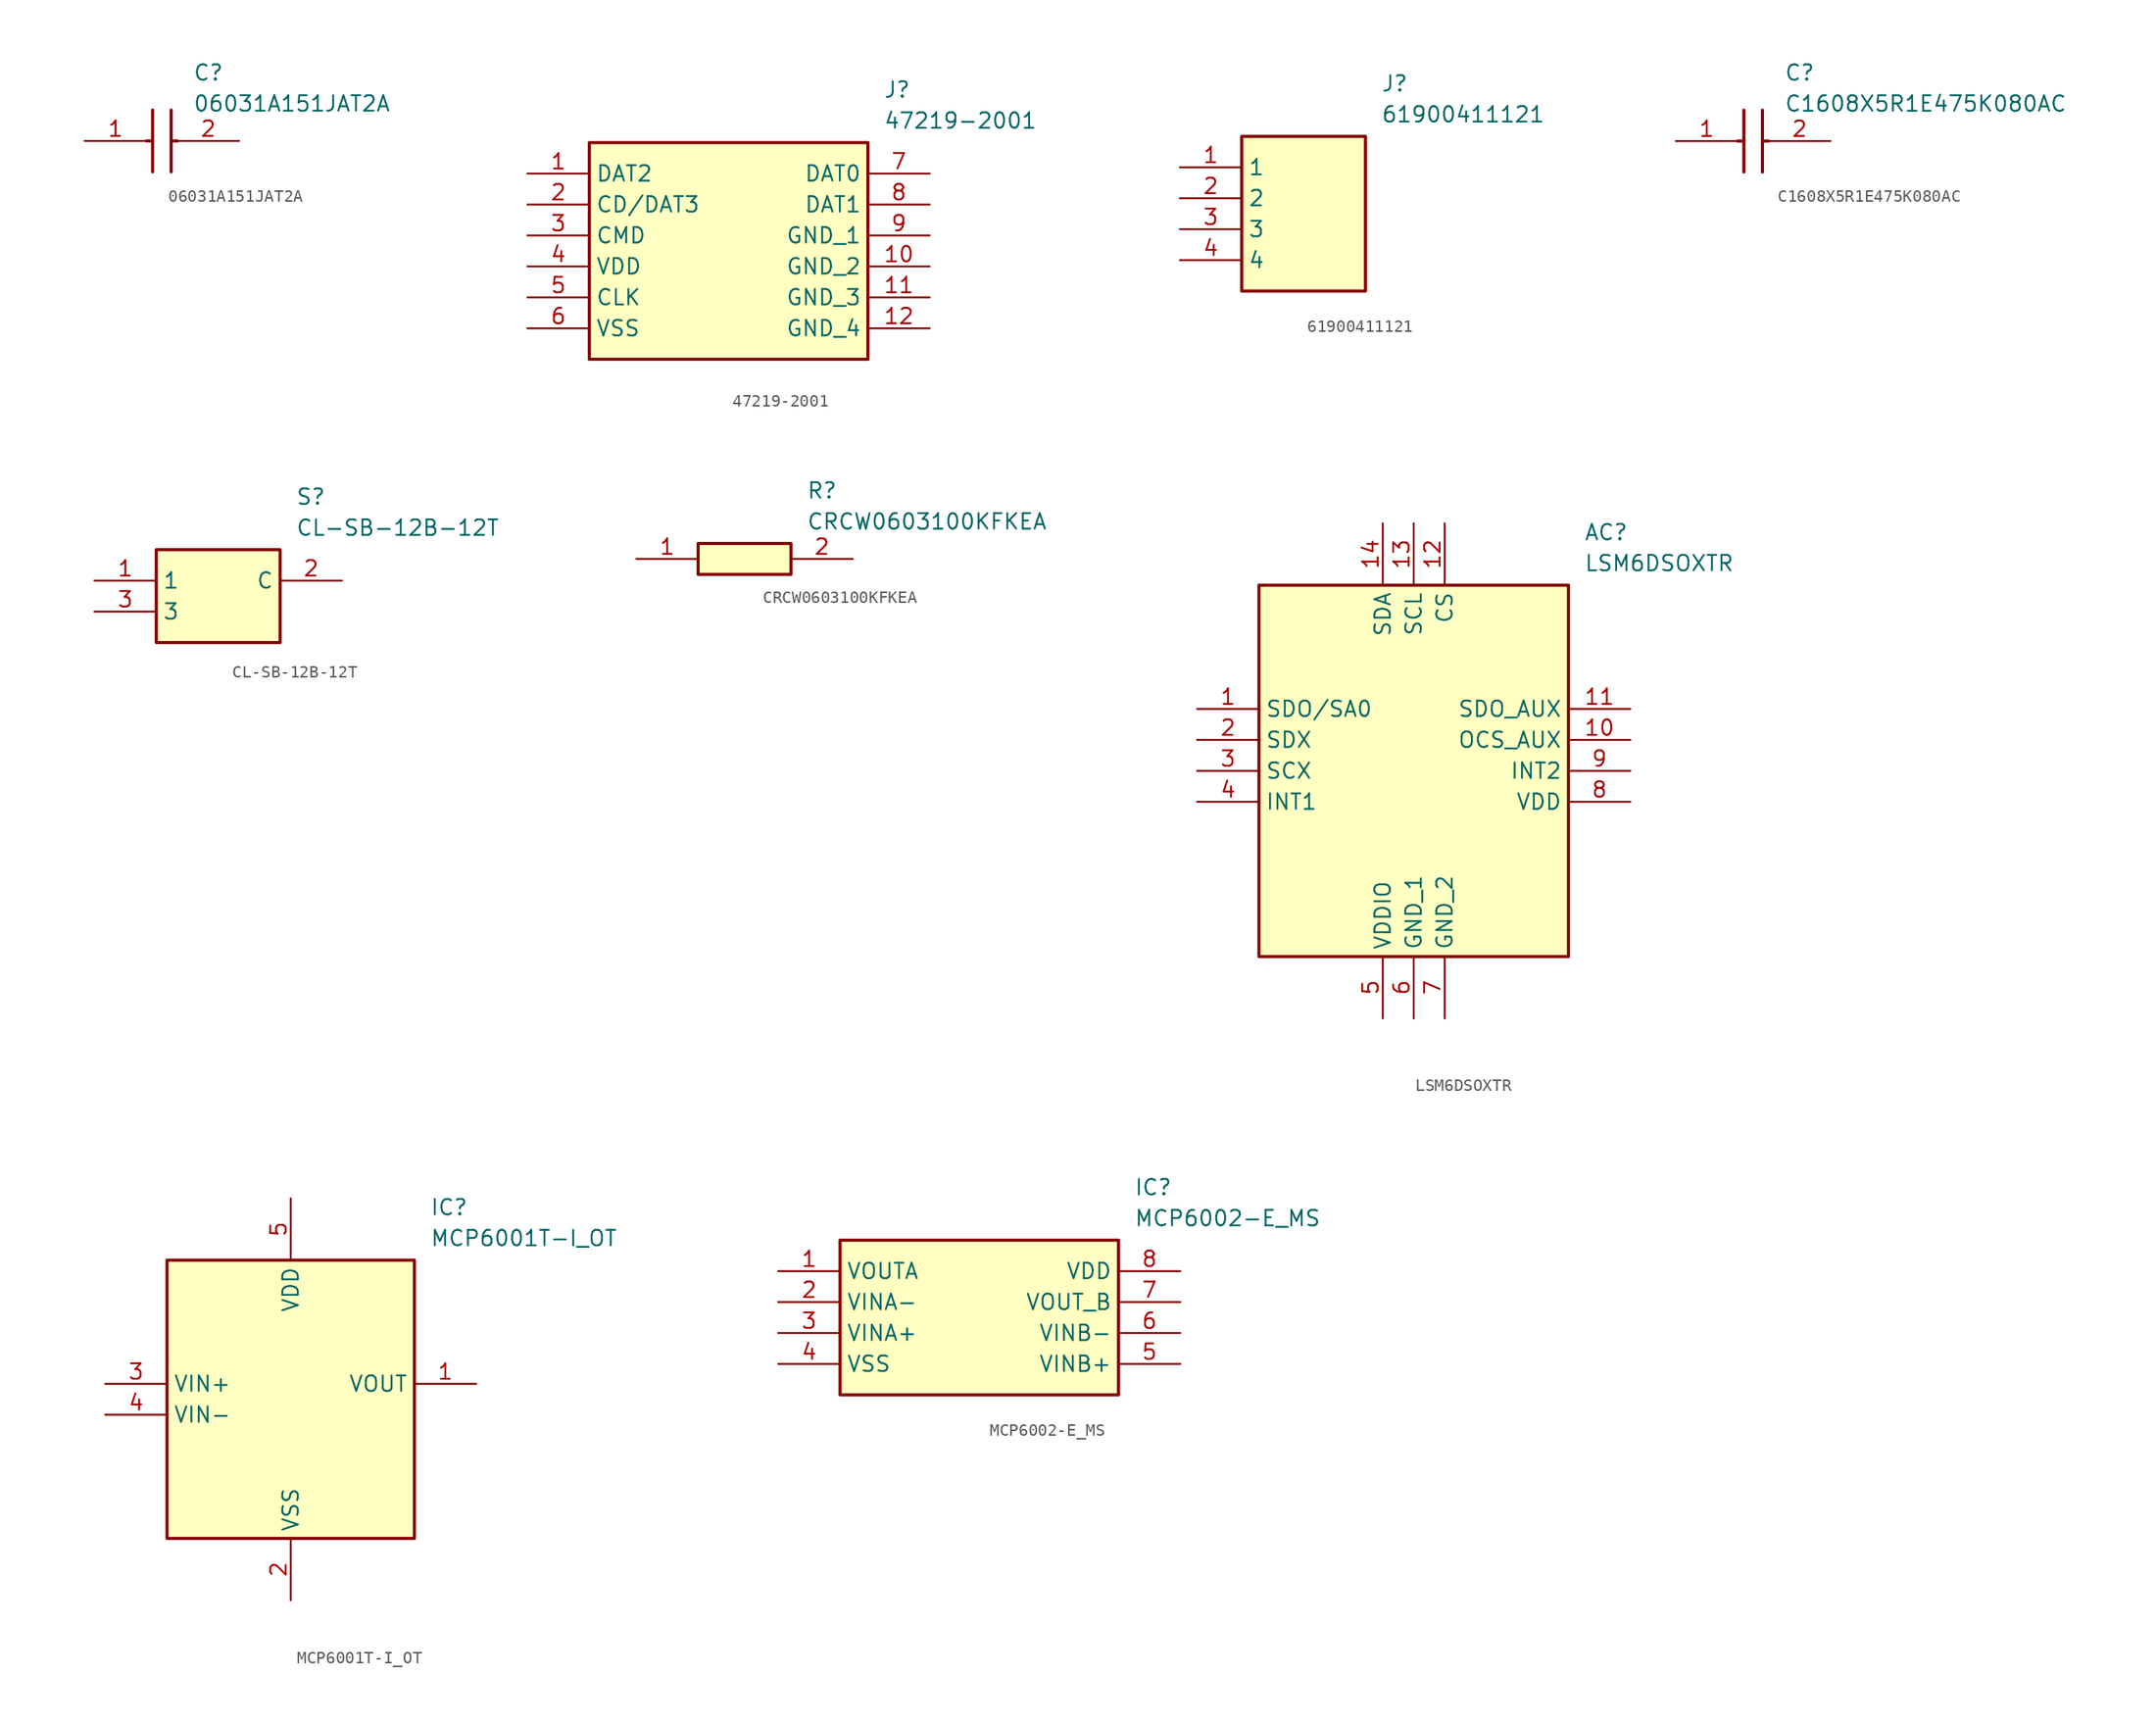
<source format=kicad_sym>
(kicad_symbol_lib
  (version 20241209)
  (generator "kicad_symbol_editor")
  (generator_version "9.0")
  (symbol "06031A151JAT2A"
    (pin_names hide)
    (property "Reference" "C"
      (at 8.89 6.35 0)
      (effects (font (size 1.27 1.27)) (justify left top)))
    (property "Value" "06031A151JAT2A"
      (at 8.89 3.81 0)
      (effects (font (size 1.27 1.27)) (justify left top)))
    (polyline
      (pts (xy 5.588 2.54) (xy 5.588 -2.54))
      (stroke (width 0.254) (type default))
      (fill (type none)))
    (polyline
      (pts (xy 7.112 2.54) (xy 7.112 -2.54))
      (stroke (width 0.254) (type default))
      (fill (type none)))
    (polyline
      (pts (xy 5.08 0) (xy 5.588 0))
      (stroke (width 0.254) (type default))
      (fill (type none)))
    (polyline
      (pts (xy 7.112 0) (xy 7.62 0))
      (stroke (width 0.254) (type default))
      (fill (type none)))
    (pin passive line
      (at 0 0 0)
      (length 5.08)
      (name "1" (effects (font (size 1.27 1.27))))
      (number "1" (effects (font (size 1.27 1.27)))))
    (pin passive line
      (at 12.7 0 180)
      (length 5.08)
      (name "2" (effects (font (size 1.27 1.27))))
      (number "2" (effects (font (size 1.27 1.27))))))
  (symbol "47219-2001"
    (property "Reference" "J"
      (at 29.21 7.62 0)
      (effects (font (size 1.27 1.27)) (justify left top)))
    (property "Value" "47219-2001"
      (at 29.21 5.08 0)
      (effects (font (size 1.27 1.27)) (justify left top)))
    (symbol "47219-2001_1_1"
      (rectangle (start 5.08 2.54) (end 27.94 -15.24) (stroke (width 0.254) (type default)) (fill (type background)))
      (pin passive line (at 0 0 0) (length 5.08) (name "DAT2" (effects (font (size 1.27 1.27)))) (number "1" (effects (font (size 1.27 1.27)))))
      (pin passive line (at 0 -2.54 0) (length 5.08) (name "CD/DAT3" (effects (font (size 1.27 1.27)))) (number "2" (effects (font (size 1.27 1.27)))))
      (pin passive line (at 0 -5.08 0) (length 5.08) (name "CMD" (effects (font (size 1.27 1.27)))) (number "3" (effects (font (size 1.27 1.27)))))
      (pin passive line (at 0 -7.62 0) (length 5.08) (name "VDD" (effects (font (size 1.27 1.27)))) (number "4" (effects (font (size 1.27 1.27)))))
      (pin passive line (at 0 -10.16 0) (length 5.08) (name "CLK" (effects (font (size 1.27 1.27)))) (number "5" (effects (font (size 1.27 1.27)))))
      (pin passive line (at 0 -12.7 0) (length 5.08) (name "VSS" (effects (font (size 1.27 1.27)))) (number "6" (effects (font (size 1.27 1.27)))))
      (pin passive line (at 33.02 0 180) (length 5.08) (name "DAT0" (effects (font (size 1.27 1.27)))) (number "7" (effects (font (size 1.27 1.27)))))
      (pin passive line (at 33.02 -2.54 180) (length 5.08) (name "DAT1" (effects (font (size 1.27 1.27)))) (number "8" (effects (font (size 1.27 1.27)))))
      (pin passive line (at 33.02 -5.08 180) (length 5.08) (name "GND_1" (effects (font (size 1.27 1.27)))) (number "9" (effects (font (size 1.27 1.27)))))
      (pin passive line (at 33.02 -7.62 180) (length 5.08) (name "GND_2" (effects (font (size 1.27 1.27)))) (number "10" (effects (font (size 1.27 1.27)))))
      (pin passive line (at 33.02 -10.16 180) (length 5.08) (name "GND_3" (effects (font (size 1.27 1.27)))) (number "11" (effects (font (size 1.27 1.27)))))
      (pin passive line (at 33.02 -12.7 180) (length 5.08) (name "GND_4" (effects (font (size 1.27 1.27)))) (number "12" (effects (font (size 1.27 1.27)))))))
  (symbol "61900411121"
    (property "Reference" "J"
      (at 16.51 7.62 0)
      (effects (font (size 1.27 1.27)) (justify left top)))
    (property "Value" "61900411121"
      (at 16.51 5.08 0)
      (effects (font (size 1.27 1.27)) (justify left top)))
    (rectangle
      (start 5.08 2.54)
      (end 15.24 -10.16)
      (stroke (width 0.254) (type default))
      (fill (type background)))
    (pin passive line
      (at 0 0 0)
      (length 5.08)
      (name "1" (effects (font (size 1.27 1.27))))
      (number "1" (effects (font (size 1.27 1.27)))))
    (pin passive line
      (at 0 -2.54 0)
      (length 5.08)
      (name "2" (effects (font (size 1.27 1.27))))
      (number "2" (effects (font (size 1.27 1.27)))))
    (pin passive line
      (at 0 -5.08 0)
      (length 5.08)
      (name "3" (effects (font (size 1.27 1.27))))
      (number "3" (effects (font (size 1.27 1.27)))))
    (pin passive line
      (at 0 -7.62 0)
      (length 5.08)
      (name "4" (effects (font (size 1.27 1.27))))
      (number "4" (effects (font (size 1.27 1.27))))))
  (symbol "C1608X5R1E475K080AC"
    (pin_names hide)
    (property "Reference" "C"
      (at 8.89 6.35 0)
      (effects (font (size 1.27 1.27)) (justify left top)))
    (property "Value" "C1608X5R1E475K080AC"
      (at 8.89 3.81 0)
      (effects (font (size 1.27 1.27)) (justify left top)))
    (polyline
      (pts (xy 5.588 2.54) (xy 5.588 -2.54))
      (stroke (width 0.254) (type default))
      (fill (type none)))
    (polyline
      (pts (xy 7.112 2.54) (xy 7.112 -2.54))
      (stroke (width 0.254) (type default))
      (fill (type none)))
    (polyline
      (pts (xy 5.08 0) (xy 5.588 0))
      (stroke (width 0.254) (type default))
      (fill (type none)))
    (polyline
      (pts (xy 7.112 0) (xy 7.62 0))
      (stroke (width 0.254) (type default))
      (fill (type none)))
    (pin passive line
      (at 0 0 0)
      (length 5.08)
      (name "1" (effects (font (size 1.27 1.27))))
      (number "1" (effects (font (size 1.27 1.27)))))
    (pin passive line
      (at 12.7 0 180)
      (length 5.08)
      (name "2" (effects (font (size 1.27 1.27))))
      (number "2" (effects (font (size 1.27 1.27))))))
  (symbol "CL-SB-12B-12T"
    (property "Reference" "S"
      (at 16.51 7.62 0)
      (effects (font (size 1.27 1.27)) (justify left top)))
    (property "Value" "CL-SB-12B-12T"
      (at 16.51 5.08 0)
      (effects (font (size 1.27 1.27)) (justify left top)))
    (symbol "CL-SB-12B-12T_1_1"
      (rectangle (start 5.08 2.54) (end 15.24 -5.08) (stroke (width 0.254) (type default)) (fill (type background)))
      (pin passive line (at 0 0 0) (length 5.08) (name "1" (effects (font (size 1.27 1.27)))) (number "1" (effects (font (size 1.27 1.27)))))
      (pin passive line (at 0 -2.54 0) (length 5.08) (name "3" (effects (font (size 1.27 1.27)))) (number "3" (effects (font (size 1.27 1.27)))))
      (pin passive line (at 20.32 0 180) (length 5.08) (name "C" (effects (font (size 1.27 1.27)))) (number "2" (effects (font (size 1.27 1.27)))))))
  (symbol "CRCW0603100KFKEA"
    (pin_names
      (hide yes))
    (property "Reference" "R"
      (at 13.97 6.35 0)
      (effects (font (size 1.27 1.27)) (justify left top)))
    (property "Value" "CRCW0603100KFKEA"
      (at 13.97 3.81 0)
      (effects (font (size 1.27 1.27)) (justify left top)))
    (symbol "CRCW0603100KFKEA_1_1"
      (rectangle (start 5.08 1.27) (end 12.7 -1.27) (stroke (width 0.254) (type default)) (fill (type background)))
      (pin passive line (at 0 0 0) (length 5.08) (name "1" (effects (font (size 1.27 1.27)))) (number "1" (effects (font (size 1.27 1.27)))))
      (pin passive line (at 17.78 0 180) (length 5.08) (name "2" (effects (font (size 1.27 1.27)))) (number "2" (effects (font (size 1.27 1.27)))))))
  (symbol "LSM6DSOXTR"
    (property "Reference" "AC"
      (at 31.75 15.24 0)
      (effects (font (size 1.27 1.27)) (justify left top)))
    (property "Value" "LSM6DSOXTR"
      (at 31.75 12.7 0)
      (effects (font (size 1.27 1.27)) (justify left top)))
    (symbol "LSM6DSOXTR_1_1"
      (rectangle (start 5.08 10.16) (end 30.48 -20.32) (stroke (width 0.254) (type default)) (fill (type background)))
      (pin passive line (at 0 0 0) (length 5.08) (name "SDO/SA0" (effects (font (size 1.27 1.27)))) (number "1" (effects (font (size 1.27 1.27)))))
      (pin passive line (at 0 -2.54 0) (length 5.08) (name "SDX" (effects (font (size 1.27 1.27)))) (number "2" (effects (font (size 1.27 1.27)))))
      (pin passive line (at 0 -5.08 0) (length 5.08) (name "SCX" (effects (font (size 1.27 1.27)))) (number "3" (effects (font (size 1.27 1.27)))))
      (pin passive line (at 0 -7.62 0) (length 5.08) (name "INT1" (effects (font (size 1.27 1.27)))) (number "4" (effects (font (size 1.27 1.27)))))
      (pin passive line (at 15.24 15.24 270) (length 5.08) (name "SDA" (effects (font (size 1.27 1.27)))) (number "14" (effects (font (size 1.27 1.27)))))
      (pin passive line (at 15.24 -25.4 90) (length 5.08) (name "VDDIO" (effects (font (size 1.27 1.27)))) (number "5" (effects (font (size 1.27 1.27)))))
      (pin passive line (at 17.78 15.24 270) (length 5.08) (name "SCL" (effects (font (size 1.27 1.27)))) (number "13" (effects (font (size 1.27 1.27)))))
      (pin passive line (at 17.78 -25.4 90) (length 5.08) (name "GND_1" (effects (font (size 1.27 1.27)))) (number "6" (effects (font (size 1.27 1.27)))))
      (pin passive line (at 20.32 15.24 270) (length 5.08) (name "CS" (effects (font (size 1.27 1.27)))) (number "12" (effects (font (size 1.27 1.27)))))
      (pin passive line (at 20.32 -25.4 90) (length 5.08) (name "GND_2" (effects (font (size 1.27 1.27)))) (number "7" (effects (font (size 1.27 1.27)))))
      (pin passive line (at 35.56 0 180) (length 5.08) (name "SDO_AUX" (effects (font (size 1.27 1.27)))) (number "11" (effects (font (size 1.27 1.27)))))
      (pin passive line (at 35.56 -2.54 180) (length 5.08) (name "OCS_AUX" (effects (font (size 1.27 1.27)))) (number "10" (effects (font (size 1.27 1.27)))))
      (pin passive line (at 35.56 -5.08 180) (length 5.08) (name "INT2" (effects (font (size 1.27 1.27)))) (number "9" (effects (font (size 1.27 1.27)))))
      (pin passive line (at 35.56 -7.62 180) (length 5.08) (name "VDD" (effects (font (size 1.27 1.27)))) (number "8" (effects (font (size 1.27 1.27)))))))
  (symbol "MCP6001T-I_OT"
    (property "Reference" "IC"
      (at 26.67 15.24 0)
      (effects (font (size 1.27 1.27)) (justify left top)))
    (property "Value" "MCP6001T-I_OT"
      (at 26.67 12.7 0)
      (effects (font (size 1.27 1.27)) (justify left top)))
    (rectangle
      (start 5.08 10.16)
      (end 25.4 -12.7)
      (stroke (width 0.254) (type default))
      (fill (type background)))
    (pin passive line
      (at 30.48 0 180)
      (length 5.08)
      (name "VOUT" (effects (font (size 1.27 1.27))))
      (number "1" (effects (font (size 1.27 1.27)))))
    (pin passive line
      (at 15.24 -17.78 90)
      (length 5.08)
      (name "VSS" (effects (font (size 1.27 1.27))))
      (number "2" (effects (font (size 1.27 1.27)))))
    (pin passive line
      (at 0 0 0)
      (length 5.08)
      (name "VIN+" (effects (font (size 1.27 1.27))))
      (number "3" (effects (font (size 1.27 1.27)))))
    (pin passive line
      (at 0 -2.54 0)
      (length 5.08)
      (name "VIN-" (effects (font (size 1.27 1.27))))
      (number "4" (effects (font (size 1.27 1.27)))))
    (pin passive line
      (at 15.24 15.24 270)
      (length 5.08)
      (name "VDD" (effects (font (size 1.27 1.27))))
      (number "5" (effects (font (size 1.27 1.27))))))
  (symbol "MCP6002-E_MS"
    (property "Reference" "IC"
      (at 29.21 7.62 0)
      (effects (font (size 1.27 1.27)) (justify left top)))
    (property "Value" "MCP6002-E_MS"
      (at 29.21 5.08 0)
      (effects (font (size 1.27 1.27)) (justify left top)))
    (rectangle
      (start 5.08 2.54)
      (end 27.94 -10.16)
      (stroke (width 0.254) (type default))
      (fill (type background)))
    (pin passive line
      (at 0 0 0)
      (length 5.08)
      (name "VOUTA" (effects (font (size 1.27 1.27))))
      (number "1" (effects (font (size 1.27 1.27)))))
    (pin passive line
      (at 0 -2.54 0)
      (length 5.08)
      (name "VINA-" (effects (font (size 1.27 1.27))))
      (number "2" (effects (font (size 1.27 1.27)))))
    (pin passive line
      (at 0 -5.08 0)
      (length 5.08)
      (name "VINA+" (effects (font (size 1.27 1.27))))
      (number "3" (effects (font (size 1.27 1.27)))))
    (pin passive line
      (at 0 -7.62 0)
      (length 5.08)
      (name "VSS" (effects (font (size 1.27 1.27))))
      (number "4" (effects (font (size 1.27 1.27)))))
    (pin passive line
      (at 33.02 0 180)
      (length 5.08)
      (name "VDD" (effects (font (size 1.27 1.27))))
      (number "8" (effects (font (size 1.27 1.27)))))
    (pin passive line
      (at 33.02 -2.54 180)
      (length 5.08)
      (name "VOUT_B" (effects (font (size 1.27 1.27))))
      (number "7" (effects (font (size 1.27 1.27)))))
    (pin passive line
      (at 33.02 -5.08 180)
      (length 5.08)
      (name "VINB-" (effects (font (size 1.27 1.27))))
      (number "6" (effects (font (size 1.27 1.27)))))
    (pin passive line
      (at 33.02 -7.62 180)
      (length 5.08)
      (name "VINB+" (effects (font (size 1.27 1.27))))
      (number "5" (effects (font (size 1.27 1.27)))))))
</source>
